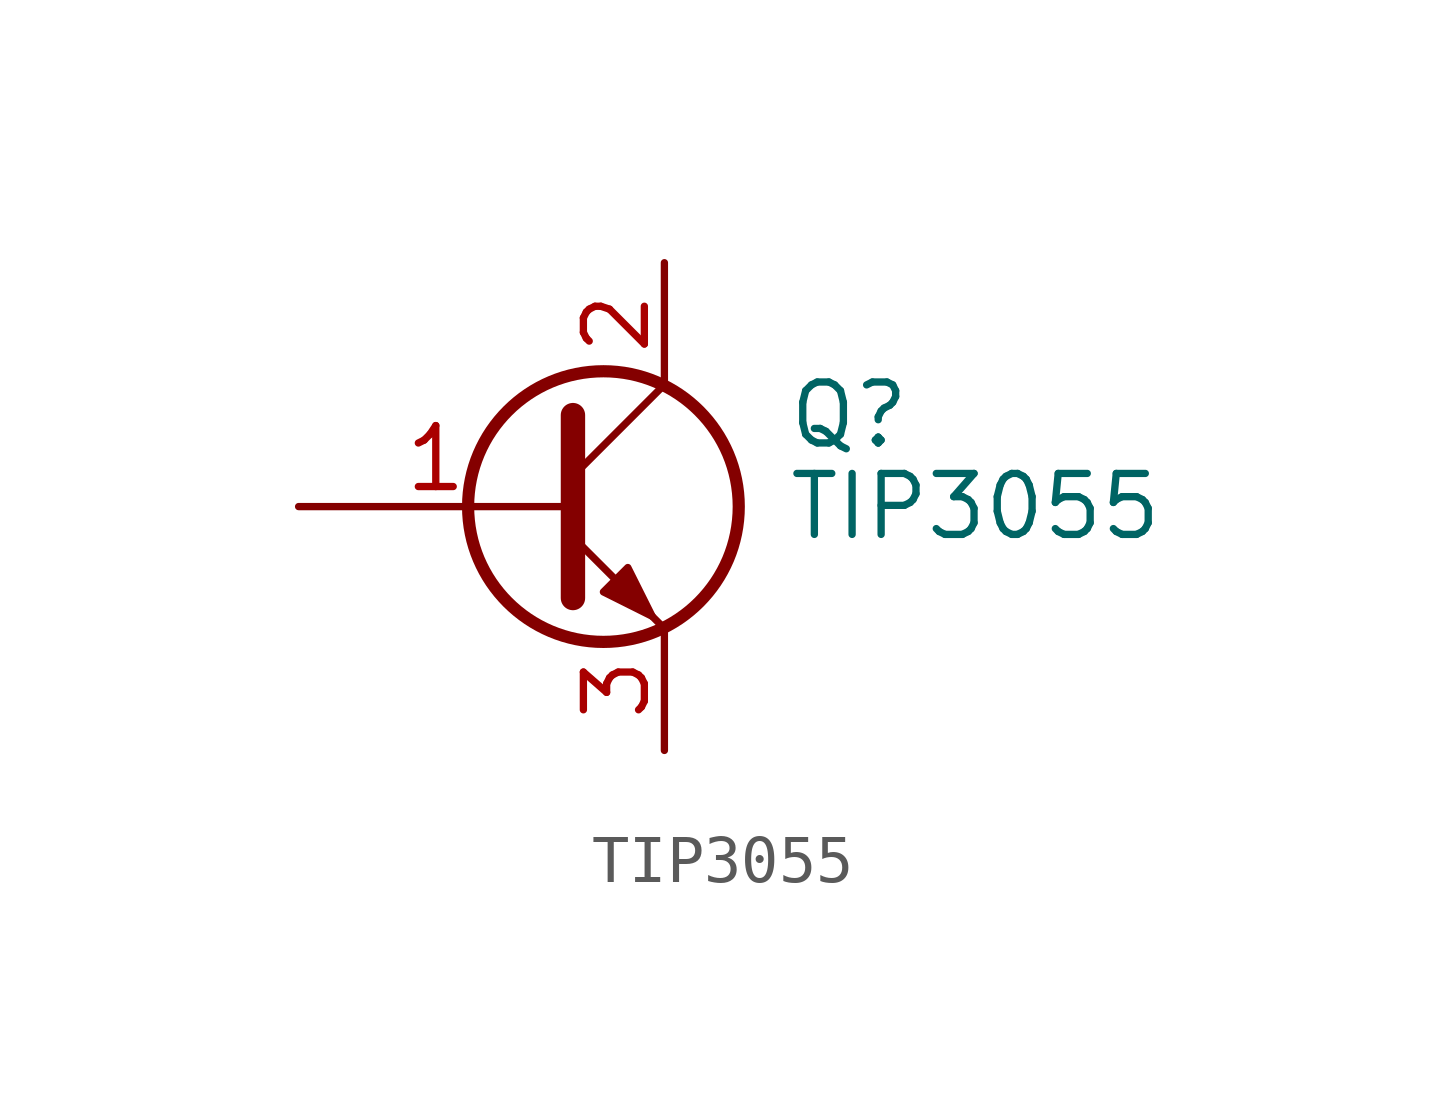
<source format=kicad_sym>
(kicad_symbol_lib
  (version 20201005)
  (generator kicad_symbol_editor)
  (symbol "TIP3055"
    (pin_names
      (offset 0) hide)
    (property "Reference" "Q"
      (at 5.08 1.905 0)
      (effects (font (size 1.27 1.27)) (justify left)))
    (property "Value" "TIP3055"
      (at 5.08 0 0)
      (effects (font (size 1.27 1.27)) (justify left)))
    (symbol "TIP3055_0_1"
      (circle (center 1.27 0) (radius 2.819) (stroke (width 0.254)) (fill (type none)))
      (polyline (pts (xy 0.635 0.635) (xy 2.54 2.54)) (stroke (width 0)) (fill (type none)))
      (polyline (pts (xy 0.635 -0.635) (xy 2.54 -2.54) (xy 2.54 -2.54)) (stroke (width 0)) (fill (type none)))
      (polyline (pts (xy 0.635 1.905) (xy 0.635 -1.905) (xy 0.635 -1.905)) (stroke (width 0.508)) (fill (type none)))
      (polyline (pts (xy 1.27 -1.778) (xy 1.778 -1.27) (xy 2.286 -2.286) (xy 1.27 -1.778) (xy 1.27 -1.778)) (stroke (width 0)) (fill (type outline))))
    (symbol "TIP3055_1_1"
      (pin input line (at -5.08 0 0) (length 5.715) (name "B" (effects (font (size 1.27 1.27)))) (number "1" (effects (font (size 1.27 1.27)))))
      (pin passive line (at 2.54 5.08 270) (length 2.54) (name "C" (effects (font (size 1.27 1.27)))) (number "2" (effects (font (size 1.27 1.27)))))
      (pin passive line (at 2.54 -5.08 90) (length 2.54) (name "E" (effects (font (size 1.27 1.27)))) (number "3" (effects (font (size 1.27 1.27))))))))
</source>
